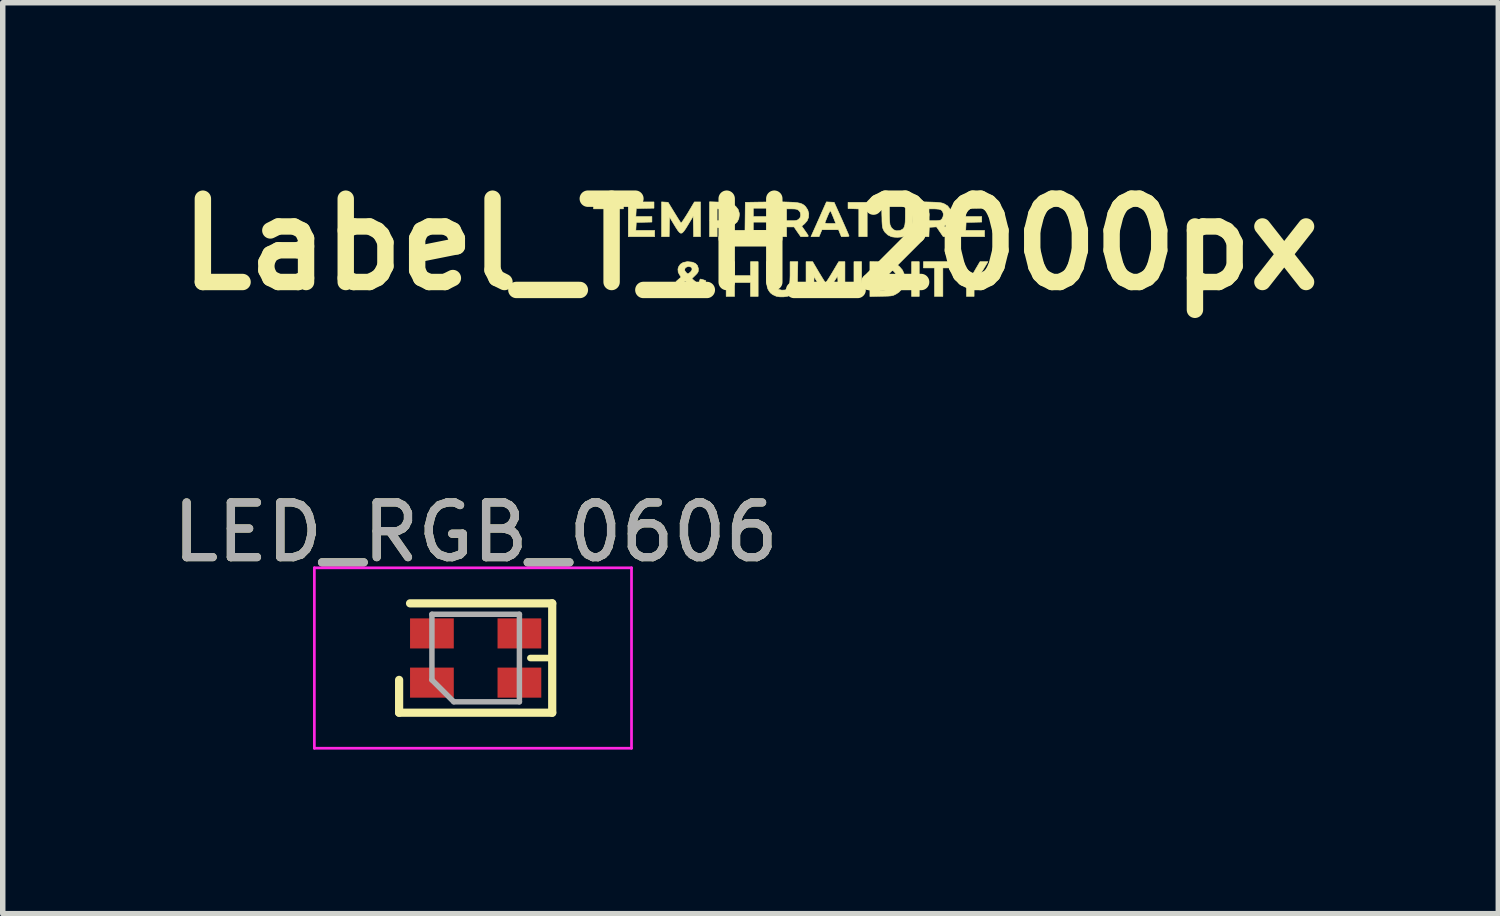
<source format=kicad_pcb>
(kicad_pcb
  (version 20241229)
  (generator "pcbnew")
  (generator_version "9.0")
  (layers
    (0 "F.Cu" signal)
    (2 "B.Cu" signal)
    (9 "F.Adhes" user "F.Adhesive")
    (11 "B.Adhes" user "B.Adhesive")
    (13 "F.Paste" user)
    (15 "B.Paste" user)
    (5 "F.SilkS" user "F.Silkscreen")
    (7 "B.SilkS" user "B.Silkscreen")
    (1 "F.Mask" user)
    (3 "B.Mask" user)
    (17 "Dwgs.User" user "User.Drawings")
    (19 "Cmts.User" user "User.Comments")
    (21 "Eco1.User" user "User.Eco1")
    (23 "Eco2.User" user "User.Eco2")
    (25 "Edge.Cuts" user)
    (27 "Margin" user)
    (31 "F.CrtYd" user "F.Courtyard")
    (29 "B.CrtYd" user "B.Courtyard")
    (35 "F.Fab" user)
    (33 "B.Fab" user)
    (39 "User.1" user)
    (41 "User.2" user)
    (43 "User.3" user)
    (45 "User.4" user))
  (footprint "Label_T_H_2000px"
    (layer "F.Cu")
    (at 10.675 1.418)
    (property "Reference" "Label_T_H_2000px" (at 0 0 0) (layer "F.SilkS") (effects (font (size 1.524 1.524) (thickness 0.3))))
    (attr through_hole)
    (fp_poly (pts (xy 2.032 0.953) (xy 1.892 0.953) (xy 1.892 0.318) (xy 2.032 0.318) (xy 2.032 0.953)) (stroke (width 0.01) (type solid)) (fill yes) (layer "F.SilkS"))
    (fp_poly (pts (xy 3.086 0.953) (xy 2.946 0.953) (xy 2.946 0.318) (xy 3.086 0.318) (xy 3.086 0.953)) (stroke (width 0.01) (type solid)) (fill yes) (layer "F.SilkS"))
    (fp_poly (pts (xy -2.324 -0.648) (xy -2.527 -0.648) (xy -2.527 -0.14) (xy -2.667 -0.14) (xy -2.667 -0.648) (xy -2.87 -0.648) (xy -2.87 -0.775) (xy -2.324 -0.775) (xy -2.324 -0.648)) (stroke (width 0.01) (type solid)) (fill yes) (layer "F.SilkS"))
    (fp_poly (pts (xy 2.33 -0.654) (xy 2.134 -0.647) (xy 2.134 -0.14) (xy 1.981 -0.14) (xy 1.981 -0.647) (xy 1.784 -0.654) (xy 1.784 -0.768) (xy 2.33 -0.768) (xy 2.33 -0.654)) (stroke (width 0.01) (type solid)) (fill yes) (layer "F.SilkS"))
    (fp_poly (pts (xy -0.292 0.572) (xy 0 0.572) (xy 0 0.318) (xy 0.14 0.318) (xy 0.14 0.953) (xy 0 0.953) (xy 0 0.699) (xy -0.292 0.699) (xy -0.292 0.953) (xy -0.445 0.953) (xy -0.445 0.318) (xy -0.292 0.318) (xy -0.292 0.572)) (stroke (width 0.01) (type solid)) (fill yes) (layer "F.SilkS"))
    (fp_poly (pts (xy -1.765 -0.661) (xy -1.927 -0.658) (xy -2.089 -0.654) (xy -2.097 -0.508) (xy -1.803 -0.508) (xy -1.803 -0.407) (xy -2.089 -0.4) (xy -2.097 -0.254) (xy -1.753 -0.254) (xy -1.753 -0.14) (xy -2.235 -0.14) (xy -2.235 -0.775) (xy -1.765 -0.775) (xy -1.765 -0.661)) (stroke (width 0.01) (type solid)) (fill yes) (layer "F.SilkS"))
    (fp_poly (pts (xy 0.381 -0.66) (xy 0.051 -0.66) (xy 0.051 -0.508) (xy 0.343 -0.508) (xy 0.343 -0.406) (xy 0.051 -0.406) (xy 0.051 -0.254) (xy 0.394 -0.254) (xy 0.394 -0.14) (xy -0.102 -0.14) (xy -0.095 -0.768) (xy 0.143 -0.772) (xy 0.381 -0.775) (xy 0.381 -0.66)) (stroke (width 0.01) (type solid)) (fill yes) (layer "F.SilkS"))
    (fp_poly (pts (xy 4.267 -0.661) (xy 4.105 -0.658) (xy 3.943 -0.654) (xy 3.936 -0.508) (xy 4.229 -0.508) (xy 4.229 -0.407) (xy 3.943 -0.4) (xy 3.936 -0.254) (xy 4.28 -0.254) (xy 4.28 -0.14) (xy 3.797 -0.14) (xy 3.797 -0.775) (xy 4.267 -0.775) (xy 4.267 -0.661)) (stroke (width 0.01) (type solid)) (fill yes) (layer "F.SilkS"))
    (fp_poly (pts (xy -1.507 -0.768) (xy -1.395 -0.585) (xy -1.357 -0.524) (xy -1.324 -0.47) (xy -1.296 -0.427) (xy -1.278 -0.399) (xy -1.272 -0.391) (xy -1.262 -0.397) (xy -1.242 -0.423) (xy -1.214 -0.465) (xy -1.179 -0.519) (xy -1.143 -0.577) (xy -1.026 -0.775) (xy -0.914 -0.775) (xy -0.914 -0.14) (xy -1.041 -0.14) (xy -1.044 -0.327) (xy -1.048 -0.514) (xy -1.141 -0.359) (xy -1.185 -0.287) (xy -1.22 -0.237) (xy -1.248 -0.209) (xy -1.273 -0.202) (xy -1.299 -0.217) (xy -1.329 -0.253) (xy -1.366 -0.31) (xy -1.391 -0.351) (xy -1.48 -0.498) (xy -1.487 -0.14) (xy -1.626 -0.14) (xy -1.626 -0.776) (xy -1.507 -0.768)) (stroke (width 0.01) (type solid)) (fill yes) (layer "F.SilkS"))
    (fp_poly (pts (xy 3.937 0.457) (xy 3.969 0.509) (xy 3.996 0.553) (xy 4.016 0.583) (xy 4.026 0.596) (xy 4.026 0.597) (xy 4.035 0.586) (xy 4.054 0.558) (xy 4.08 0.517) (xy 4.111 0.465) (xy 4.115 0.457) (xy 4.197 0.318) (xy 4.343 0.318) (xy 4.216 0.528) (xy 4.089 0.738) (xy 4.089 0.953) (xy 3.95 0.953) (xy 3.95 0.841) (xy 3.95 0.73) (xy 3.835 0.54) (xy 3.794 0.472) (xy 3.764 0.423) (xy 3.743 0.393) (xy 3.73 0.378) (xy 3.724 0.377) (xy 3.721 0.387) (xy 3.721 0.391) (xy 3.721 0.432) (xy 3.518 0.432) (xy 3.518 0.953) (xy 3.365 0.953) (xy 3.365 0.432) (xy 3.162 0.432) (xy 3.162 0.318) (xy 3.855 0.318) (xy 3.937 0.457)) (stroke (width 0.01) (type solid)) (fill yes) (layer "F.SilkS"))
    (fp_poly (pts (xy -0.568 -0.772) (xy -0.492 -0.769) (xy -0.436 -0.765) (xy -0.395 -0.759) (xy -0.364 -0.751) (xy -0.338 -0.741) (xy -0.337 -0.74) (xy -0.27 -0.694) (xy -0.226 -0.638) (xy -0.205 -0.571) (xy -0.203 -0.54) (xy -0.214 -0.467) (xy -0.245 -0.408) (xy -0.298 -0.362) (xy -0.372 -0.331) (xy -0.468 -0.312) (xy -0.494 -0.31) (xy -0.61 -0.301) (xy -0.61 -0.14) (xy -0.749 -0.14) (xy -0.749 -0.648) (xy -0.61 -0.648) (xy -0.61 -0.432) (xy -0.516 -0.432) (xy -0.462 -0.433) (xy -0.426 -0.439) (xy -0.4 -0.45) (xy -0.389 -0.458) (xy -0.366 -0.482) (xy -0.357 -0.512) (xy -0.356 -0.54) (xy -0.362 -0.586) (xy -0.382 -0.618) (xy -0.418 -0.637) (xy -0.475 -0.646) (xy -0.516 -0.648) (xy -0.61 -0.648) (xy -0.749 -0.648) (xy -0.749 -0.778) (xy -0.568 -0.772)) (stroke (width 0.01) (type solid)) (fill yes) (layer "F.SilkS"))
    (fp_poly (pts (xy 1.727 0.953) (xy 1.6 0.953) (xy 1.6 0.768) (xy 1.599 0.703) (xy 1.598 0.649) (xy 1.595 0.61) (xy 1.591 0.591) (xy 1.589 0.59) (xy 1.579 0.602) (xy 1.559 0.633) (xy 1.531 0.677) (xy 1.499 0.73) (xy 1.491 0.743) (xy 1.449 0.812) (xy 1.416 0.859) (xy 1.389 0.885) (xy 1.364 0.889) (xy 1.338 0.871) (xy 1.307 0.831) (xy 1.268 0.769) (xy 1.251 0.74) (xy 1.162 0.592) (xy 1.159 0.772) (xy 1.155 0.953) (xy 1.016 0.953) (xy 1.016 0.318) (xy 1.076 0.318) (xy 1.137 0.318) (xy 1.249 0.509) (xy 1.287 0.571) (xy 1.32 0.625) (xy 1.347 0.668) (xy 1.365 0.696) (xy 1.372 0.705) (xy 1.381 0.696) (xy 1.4 0.669) (xy 1.428 0.627) (xy 1.462 0.572) (xy 1.497 0.514) (xy 1.613 0.318) (xy 1.727 0.318) (xy 1.727 0.953)) (stroke (width 0.01) (type solid)) (fill yes) (layer "F.SilkS"))
    (fp_poly (pts (xy 0.432 0.505) (xy 0.433 0.575) (xy 0.435 0.641) (xy 0.439 0.695) (xy 0.443 0.732) (xy 0.445 0.739) (xy 0.471 0.791) (xy 0.513 0.825) (xy 0.571 0.838) (xy 0.58 0.838) (xy 0.625 0.836) (xy 0.66 0.826) (xy 0.685 0.806) (xy 0.703 0.774) (xy 0.715 0.726) (xy 0.721 0.66) (xy 0.724 0.572) (xy 0.724 0.521) (xy 0.724 0.318) (xy 0.866 0.318) (xy 0.861 0.558) (xy 0.857 0.798) (xy 0.819 0.852) (xy 0.786 0.89) (xy 0.746 0.923) (xy 0.73 0.932) (xy 0.675 0.951) (xy 0.607 0.961) (xy 0.537 0.961) (xy 0.476 0.951) (xy 0.467 0.948) (xy 0.406 0.92) (xy 0.363 0.887) (xy 0.331 0.841) (xy 0.327 0.835) (xy 0.317 0.814) (xy 0.309 0.791) (xy 0.304 0.764) (xy 0.3 0.727) (xy 0.297 0.676) (xy 0.295 0.606) (xy 0.294 0.549) (xy 0.29 0.318) (xy 0.432 0.318) (xy 0.432 0.505)) (stroke (width 0.01) (type solid)) (fill yes) (layer "F.SilkS"))
    (fp_poly (pts (xy 3.305 -0.772) (xy 3.383 -0.769) (xy 3.441 -0.765) (xy 3.485 -0.759) (xy 3.518 -0.751) (xy 3.544 -0.74) (xy 3.605 -0.703) (xy 3.644 -0.651) (xy 3.665 -0.584) (xy 3.668 -0.558) (xy 3.664 -0.48) (xy 3.639 -0.417) (xy 3.593 -0.368) (xy 3.586 -0.364) (xy 3.544 -0.335) (xy 3.613 -0.237) (xy 3.683 -0.14) (xy 3.603 -0.14) (xy 3.524 -0.141) (xy 3.463 -0.23) (xy 3.402 -0.319) (xy 3.27 -0.311) (xy 3.266 -0.225) (xy 3.263 -0.14) (xy 3.124 -0.14) (xy 3.124 -0.648) (xy 3.264 -0.648) (xy 3.264 -0.432) (xy 3.36 -0.432) (xy 3.41 -0.433) (xy 3.452 -0.437) (xy 3.477 -0.443) (xy 3.479 -0.444) (xy 3.504 -0.469) (xy 3.522 -0.509) (xy 3.527 -0.55) (xy 3.525 -0.565) (xy 3.511 -0.603) (xy 3.487 -0.628) (xy 3.448 -0.642) (xy 3.391 -0.647) (xy 3.365 -0.648) (xy 3.264 -0.648) (xy 3.124 -0.648) (xy 3.124 -0.778) (xy 3.305 -0.772)) (stroke (width 0.01) (type solid)) (fill yes) (layer "F.SilkS"))
    (fp_poly (pts (xy 1.459 -0.772) (xy 1.53 -0.768) (xy 1.667 -0.465) (xy 1.703 -0.383) (xy 1.736 -0.309) (xy 1.764 -0.245) (xy 1.785 -0.196) (xy 1.799 -0.163) (xy 1.803 -0.151) (xy 1.792 -0.145) (xy 1.762 -0.141) (xy 1.733 -0.14) (xy 1.662 -0.14) (xy 1.636 -0.203) (xy 1.61 -0.267) (xy 1.307 -0.267) (xy 1.28 -0.203) (xy 1.254 -0.14) (xy 1.106 -0.14) (xy 1.17 -0.283) (xy 1.2 -0.35) (xy 1.219 -0.392) (xy 1.363 -0.392) (xy 1.371 -0.386) (xy 1.393 -0.382) (xy 1.434 -0.381) (xy 1.458 -0.381) (xy 1.56 -0.381) (xy 1.516 -0.492) (xy 1.495 -0.542) (xy 1.478 -0.582) (xy 1.465 -0.607) (xy 1.462 -0.613) (xy 1.454 -0.606) (xy 1.438 -0.579) (xy 1.418 -0.535) (xy 1.394 -0.478) (xy 1.368 -0.412) (xy 1.364 -0.403) (xy 1.363 -0.392) (xy 1.219 -0.392) (xy 1.236 -0.431) (xy 1.274 -0.516) (xy 1.308 -0.595) (xy 1.311 -0.601) (xy 1.389 -0.776) (xy 1.459 -0.772)) (stroke (width 0.01) (type solid)) (fill yes) (layer "F.SilkS"))
    (fp_poly (pts (xy 2.54 -0.587) (xy 2.541 -0.517) (xy 2.543 -0.452) (xy 2.547 -0.398) (xy 2.551 -0.362) (xy 2.553 -0.355) (xy 2.579 -0.301) (xy 2.621 -0.264) (xy 2.673 -0.247) (xy 2.731 -0.253) (xy 2.747 -0.259) (xy 2.776 -0.273) (xy 2.797 -0.291) (xy 2.812 -0.317) (xy 2.823 -0.355) (xy 2.829 -0.407) (xy 2.831 -0.477) (xy 2.832 -0.565) (xy 2.832 -0.775) (xy 2.972 -0.775) (xy 2.972 -0.549) (xy 2.971 -0.465) (xy 2.97 -0.401) (xy 2.967 -0.355) (xy 2.963 -0.321) (xy 2.956 -0.295) (xy 2.948 -0.273) (xy 2.905 -0.207) (xy 2.848 -0.162) (xy 2.774 -0.135) (xy 2.69 -0.128) (xy 2.641 -0.13) (xy 2.598 -0.135) (xy 2.575 -0.14) (xy 2.512 -0.171) (xy 2.459 -0.221) (xy 2.435 -0.258) (xy 2.425 -0.279) (xy 2.417 -0.302) (xy 2.412 -0.329) (xy 2.408 -0.367) (xy 2.405 -0.419) (xy 2.404 -0.489) (xy 2.402 -0.543) (xy 2.398 -0.775) (xy 2.54 -0.775) (xy 2.54 -0.587)) (stroke (width 0.01) (type solid)) (fill yes) (layer "F.SilkS"))
    (fp_poly (pts (xy 0.702 -0.772) (xy 0.79 -0.768) (xy 0.857 -0.761) (xy 0.908 -0.751) (xy 0.947 -0.736) (xy 0.979 -0.716) (xy 1.006 -0.691) (xy 1.047 -0.629) (xy 1.066 -0.562) (xy 1.062 -0.494) (xy 1.036 -0.43) (xy 0.987 -0.374) (xy 0.984 -0.372) (xy 0.937 -0.333) (xy 0.994 -0.252) (xy 1.029 -0.202) (xy 1.05 -0.17) (xy 1.057 -0.151) (xy 1.05 -0.142) (xy 1.029 -0.14) (xy 0.994 -0.14) (xy 0.919 -0.14) (xy 0.857 -0.229) (xy 0.796 -0.318) (xy 0.66 -0.318) (xy 0.66 -0.14) (xy 0.521 -0.14) (xy 0.521 -0.648) (xy 0.66 -0.648) (xy 0.66 -0.432) (xy 0.755 -0.432) (xy 0.807 -0.433) (xy 0.841 -0.438) (xy 0.866 -0.448) (xy 0.883 -0.461) (xy 0.908 -0.49) (xy 0.917 -0.528) (xy 0.917 -0.54) (xy 0.911 -0.581) (xy 0.891 -0.611) (xy 0.883 -0.619) (xy 0.861 -0.634) (xy 0.835 -0.643) (xy 0.798 -0.647) (xy 0.755 -0.648) (xy 0.66 -0.648) (xy 0.521 -0.648) (xy 0.521 -0.778) (xy 0.702 -0.772)) (stroke (width 0.01) (type solid)) (fill yes) (layer "F.SilkS"))
    (fp_poly (pts (xy 2.384 0.32) (xy 2.474 0.324) (xy 2.542 0.329) (xy 2.595 0.337) (xy 2.637 0.35) (xy 2.673 0.369) (xy 2.708 0.394) (xy 2.73 0.414) (xy 2.779 0.471) (xy 2.808 0.537) (xy 2.818 0.617) (xy 2.817 0.658) (xy 2.803 0.745) (xy 2.77 0.816) (xy 2.716 0.874) (xy 2.667 0.907) (xy 2.64 0.921) (xy 2.617 0.932) (xy 2.592 0.939) (xy 2.561 0.944) (xy 2.519 0.947) (xy 2.46 0.949) (xy 2.391 0.95) (xy 2.184 0.955) (xy 2.184 0.688) (xy 2.326 0.688) (xy 2.326 0.747) (xy 2.327 0.791) (xy 2.329 0.818) (xy 2.33 0.822) (xy 2.346 0.833) (xy 2.381 0.838) (xy 2.427 0.839) (xy 2.478 0.835) (xy 2.527 0.827) (xy 2.568 0.815) (xy 2.573 0.812) (xy 2.623 0.775) (xy 2.658 0.723) (xy 2.676 0.662) (xy 2.676 0.599) (xy 2.657 0.541) (xy 2.645 0.522) (xy 2.608 0.483) (xy 2.562 0.458) (xy 2.503 0.444) (xy 2.434 0.439) (xy 2.33 0.438) (xy 2.327 0.622) (xy 2.326 0.688) (xy 2.184 0.688) (xy 2.184 0.315) (xy 2.384 0.32)) (stroke (width 0.01) (type solid)) (fill yes) (layer "F.SilkS"))
    (fp_poly (pts (xy -1.064 0.326) (xy -1.007 0.35) (xy -0.97 0.389) (xy -0.953 0.443) (xy -0.953 0.462) (xy -0.955 0.493) (xy -0.966 0.519) (xy -0.99 0.547) (xy -1.012 0.569) (xy -1.072 0.627) (xy -1.017 0.675) (xy -0.986 0.7) (xy -0.962 0.715) (xy -0.952 0.717) (xy -0.942 0.701) (xy -0.933 0.673) (xy -0.925 0.646) (xy -0.915 0.635) (xy -0.915 0.635) (xy -0.899 0.639) (xy -0.869 0.647) (xy -0.839 0.657) (xy -0.818 0.665) (xy -0.816 0.667) (xy -0.818 0.679) (xy -0.827 0.709) (xy -0.84 0.744) (xy -0.867 0.817) (xy -0.797 0.874) (xy -0.868 0.963) (xy -0.909 0.932) (xy -0.951 0.9) (xy -1.005 0.928) (xy -1.065 0.949) (xy -1.136 0.96) (xy -1.207 0.961) (xy -1.268 0.95) (xy -1.274 0.948) (xy -1.334 0.916) (xy -1.375 0.874) (xy -1.393 0.841) (xy -1.404 0.785) (xy -1.399 0.766) (xy -1.27 0.766) (xy -1.259 0.808) (xy -1.23 0.837) (xy -1.187 0.854) (xy -1.135 0.857) (xy -1.079 0.843) (xy -1.057 0.833) (xy -1.044 0.825) (xy -1.04 0.816) (xy -1.048 0.803) (xy -1.071 0.78) (xy -1.11 0.745) (xy -1.111 0.745) (xy -1.194 0.671) (xy -1.232 0.709) (xy -1.256 0.737) (xy -1.269 0.761) (xy -1.27 0.766) (xy -1.399 0.766) (xy -1.39 0.728) (xy -1.352 0.672) (xy -1.29 0.618) (xy -1.274 0.605) (xy -1.274 0.592) (xy -1.289 0.571) (xy -1.292 0.566) (xy -1.322 0.511) (xy -1.326 0.463) (xy -1.206 0.463) (xy -1.199 0.486) (xy -1.181 0.511) (xy -1.16 0.532) (xy -1.142 0.539) (xy -1.139 0.538) (xy -1.119 0.524) (xy -1.095 0.504) (xy -1.071 0.471) (xy -1.07 0.44) (xy -1.09 0.416) (xy -1.128 0.406) (xy -1.132 0.406) (xy -1.168 0.415) (xy -1.195 0.436) (xy -1.206 0.463) (xy -1.326 0.463) (xy -1.327 0.454) (xy -1.316 0.414) (xy -1.282 0.364) (xy -1.231 0.332) (xy -1.161 0.318) (xy -1.139 0.318) (xy -1.064 0.326)) (stroke (width 0.01) (type solid)) (fill yes) (layer "F.SilkS")))
  (footprint "LED_RGB_0606"
    (layer "F.Cu")
    (at 5.649 8.984)
    (property "Reference" "LED_RGB_0606" (at 0 -2.3 0) (layer "F.SilkS") (effects (font (size 1 1) (thickness 0.15))))
    (attr smd)
    (fp_line (start -1.4 1) (end -1.4 0.4) (stroke (width 0.15) (type solid)) (layer "F.SilkS"))
    (fp_line (start 1.4 -1) (end -1.2 -1) (stroke (width 0.15) (type solid)) (layer "F.SilkS"))
    (fp_line (start 1.4 -1) (end 1.4 1) (stroke (width 0.15) (type solid)) (layer "F.SilkS"))
    (fp_line (start 1.4 0) (end 1 0) (stroke (width 0.12) (type solid)) (layer "F.SilkS"))
    (fp_line (start 1.4 1) (end -1.4 1) (stroke (width 0.15) (type solid)) (layer "F.SilkS"))
    (fp_line (start -2.95 -1.65) (end -2.95 1.65) (stroke (width 0.05) (type solid)) (layer "F.CrtYd"))
    (fp_line (start -2.95 1.65) (end 2.85 1.65) (stroke (width 0.05) (type solid)) (layer "F.CrtYd"))
    (fp_line (start 2.85 -1.65) (end -2.95 -1.65) (stroke (width 0.05) (type solid)) (layer "F.CrtYd"))
    (fp_line (start 2.85 1.65) (end 2.85 -1.65) (stroke (width 0.05) (type solid)) (layer "F.CrtYd"))
    (fp_line (start -0.8 -0.8) (end 0.8 -0.8) (stroke (width 0.1) (type solid)) (layer "F.Fab"))
    (fp_line (start -0.8 0.4) (end -0.8 -0.8) (stroke (width 0.1) (type solid)) (layer "F.Fab"))
    (fp_line (start -0.4 0.8) (end -0.8 0.4) (stroke (width 0.1) (type solid)) (layer "F.Fab"))
    (fp_line (start 0.8 -0.8) (end 0.8 0.8) (stroke (width 0.1) (type solid)) (layer "F.Fab"))
    (fp_line (start 0.8 0.8) (end -0.4 0.8) (stroke (width 0.1) (type solid)) (layer "F.Fab"))
    (fp_text user "${REFERENCE}" (at 0 -2.3 0) (layer "F.Fab") (effects (font (size 1 1) (thickness 0.15))))
    (pad "1" smd rect (at -0.8 0.45 180) (size 0.8 0.55) (layers "F.Cu" "F.Mask" "F.Paste"))
    (pad "2" smd rect (at -0.8 -0.45 180) (size 0.8 0.55) (layers "F.Cu" "F.Mask" "F.Paste"))
    (pad "3" smd rect (at 0.8 -0.45 180) (size 0.8 0.55) (layers "F.Cu" "F.Mask" "F.Paste"))
    (pad "4" smd rect (at 0.8 0.45 180) (size 0.8 0.55) (layers "F.Cu" "F.Mask" "F.Paste")))
  (gr_rect
    (start -3 -3)
    (end 24.351 13.659)
    (stroke (width 0.1) (type default))
    (fill no)
    (layer "Edge.Cuts")))
</source>
